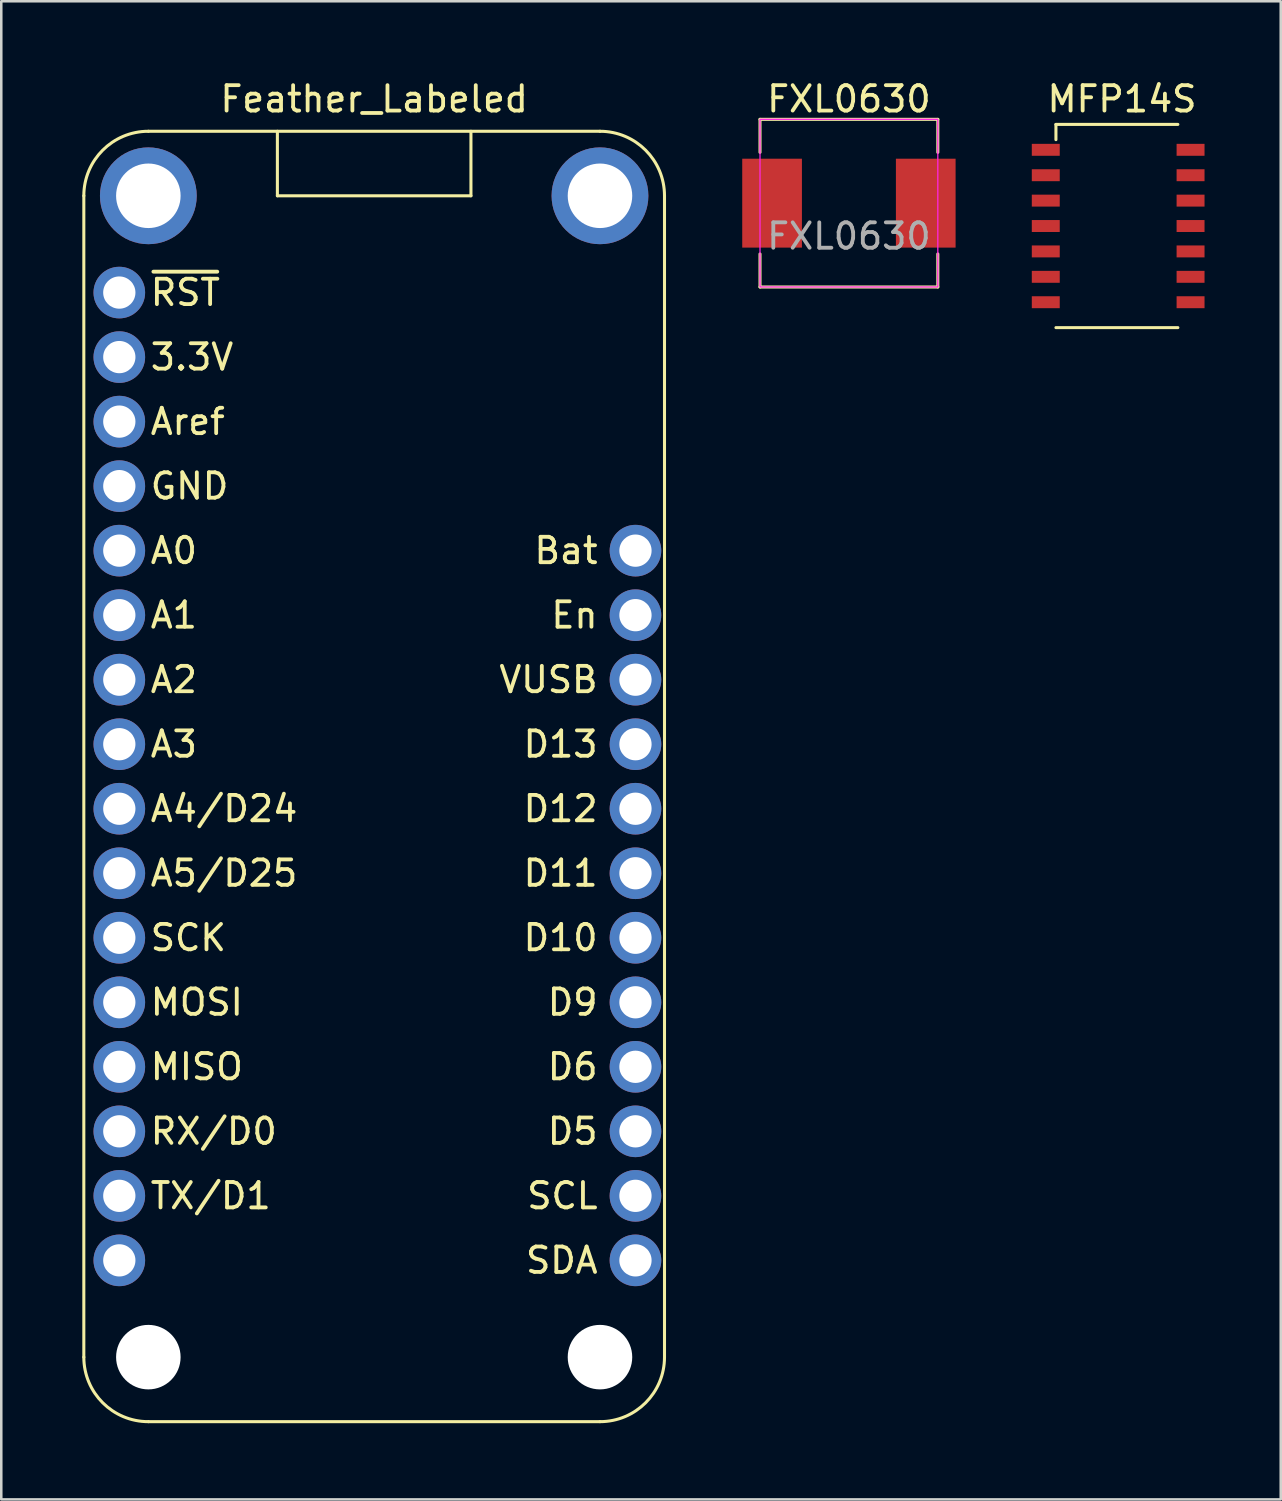
<source format=kicad_pcb>
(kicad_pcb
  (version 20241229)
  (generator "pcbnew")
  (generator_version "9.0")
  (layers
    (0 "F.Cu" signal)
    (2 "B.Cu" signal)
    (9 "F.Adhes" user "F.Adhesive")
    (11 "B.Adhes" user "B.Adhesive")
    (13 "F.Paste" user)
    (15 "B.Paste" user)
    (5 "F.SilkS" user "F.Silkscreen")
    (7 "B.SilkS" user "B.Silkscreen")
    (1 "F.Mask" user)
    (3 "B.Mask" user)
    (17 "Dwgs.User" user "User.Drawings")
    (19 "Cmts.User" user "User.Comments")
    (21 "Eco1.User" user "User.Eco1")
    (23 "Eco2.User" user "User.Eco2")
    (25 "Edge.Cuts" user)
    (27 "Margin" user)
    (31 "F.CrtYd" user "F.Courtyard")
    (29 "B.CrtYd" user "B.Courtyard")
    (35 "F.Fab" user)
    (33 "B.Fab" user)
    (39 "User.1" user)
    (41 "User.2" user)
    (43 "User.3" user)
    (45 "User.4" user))
  (footprint "MFP14S"
    (layer "F.Cu")
    (at 38.12 2.848)
    (property "Reference" "MFP14S" (at 3 -2 0) (layer "F.SilkS") (effects (font (size 1 1) (thickness 0.15))))
    (attr through_hole)
    (fp_line (start 0.4 -1) (end 0.4 -0.4) (stroke (width 0.12) (type solid)) (layer "F.SilkS"))
    (fp_line (start 0.4 -1) (end 5.2 -1) (stroke (width 0.12) (type solid)) (layer "F.SilkS"))
    (fp_line (start 0.4 7) (end 5.2 7) (stroke (width 0.12) (type solid)) (layer "F.SilkS"))
    (pad "1" smd rect (at 0 0 180) (size 1.1 0.47) (layers "F.Cu" "F.Mask" "F.Paste"))
    (pad "2" smd rect (at 0 1 180) (size 1.1 0.47) (layers "F.Cu" "F.Mask" "F.Paste"))
    (pad "3" smd rect (at 0 2 180) (size 1.1 0.47) (layers "F.Cu" "F.Mask" "F.Paste"))
    (pad "4" smd rect (at 0 3 180) (size 1.1 0.47) (layers "F.Cu" "F.Mask" "F.Paste"))
    (pad "5" smd rect (at 0 4 180) (size 1.1 0.47) (layers "F.Cu" "F.Mask" "F.Paste"))
    (pad "6" smd rect (at 0 5 180) (size 1.1 0.47) (layers "F.Cu" "F.Mask" "F.Paste"))
    (pad "7" smd rect (at 0 6 180) (size 1.1 0.47) (layers "F.Cu" "F.Mask" "F.Paste"))
    (pad "8" smd rect (at 5.7 6 180) (size 1.1 0.47) (layers "F.Cu" "F.Mask" "F.Paste"))
    (pad "9" smd rect (at 5.7 5 180) (size 1.1 0.47) (layers "F.Cu" "F.Mask" "F.Paste"))
    (pad "10" smd rect (at 5.7 4 180) (size 1.1 0.47) (layers "F.Cu" "F.Mask" "F.Paste"))
    (pad "11" smd rect (at 5.7 3 180) (size 1.1 0.47) (layers "F.Cu" "F.Mask" "F.Paste"))
    (pad "12" smd rect (at 5.7 2 180) (size 1.1 0.47) (layers "F.Cu" "F.Mask" "F.Paste"))
    (pad "13" smd rect (at 5.7 1 180) (size 1.1 0.47) (layers "F.Cu" "F.Mask" "F.Paste"))
    (pad "14" smd rect (at 5.7 0 180) (size 1.1 0.47) (layers "F.Cu" "F.Mask" "F.Paste")))
  (footprint "FXL0630"
    (layer "F.Cu")
    (at 30.37 4.948)
    (property "Reference" "FXL0630" (at 0 -4.1 0) (unlocked yes) (layer "F.SilkS") (effects (font (size 1 1) (thickness 0.15))))
    (attr smd)
    (fp_line (start -3.5 -3.3) (end 3.5 -3.3) (stroke (width 0.12) (type default)) (layer "F.SilkS"))
    (fp_line (start -3.5 -2) (end -3.5 -3.3) (stroke (width 0.12) (type default)) (layer "F.SilkS"))
    (fp_line (start -3.5 2) (end -3.5 3.3) (stroke (width 0.12) (type default)) (layer "F.SilkS"))
    (fp_line (start -3.5 3.3) (end 3.5 3.3) (stroke (width 0.12) (type default)) (layer "F.SilkS"))
    (fp_line (start 3.5 -3.3) (end 3.5 -2) (stroke (width 0.12) (type default)) (layer "F.SilkS"))
    (fp_line (start 3.5 3.3) (end 3.5 2) (stroke (width 0.12) (type default)) (layer "F.SilkS"))
    (fp_rect (start -3.5 -3.3) (end 3.5 3.3) (stroke (width 0.05) (type default)) (fill no) (layer "F.CrtYd"))
    (fp_text user "${REFERENCE}" (at 0 1.3 0) (unlocked yes) (layer "F.Fab") (effects (font (size 1 1) (thickness 0.15))))
    (pad "1" smd rect (at -3.025 0) (size 2.35 3.5) (layers "F.Cu" "F.Mask" "F.Paste"))
    (pad "2" smd rect (at 3.025 0) (size 2.35 3.5) (layers "F.Cu" "F.Mask" "F.Paste")))
  (footprint "Feather_Labeled"
    (layer "F.Cu")
    (at 0.25 2.118)
    (property "Reference" "Feather_Labeled" (at 11.43 -1.27 0) (layer "F.SilkS") (effects (font (size 1 1) (thickness 0.15))))
    (attr through_hole)
    (fp_line (start 0 2.54) (end 0 48.26) (stroke (width 0.12) (type solid)) (layer "F.SilkS"))
    (fp_line (start 2.54 50.8) (end 20.32 50.8) (stroke (width 0.12) (type solid)) (layer "F.SilkS"))
    (fp_line (start 7.62 0) (end 7.62 2.54) (stroke (width 0.12) (type solid)) (layer "F.SilkS"))
    (fp_line (start 7.62 2.54) (end 15.24 2.54) (stroke (width 0.12) (type solid)) (layer "F.SilkS"))
    (fp_line (start 15.24 2.54) (end 15.24 0) (stroke (width 0.12) (type solid)) (layer "F.SilkS"))
    (fp_line (start 20.32 0) (end 2.54 0) (stroke (width 0.12) (type solid)) (layer "F.SilkS"))
    (fp_line (start 22.86 48.26) (end 22.86 2.54) (stroke (width 0.12) (type solid)) (layer "F.SilkS"))
    (fp_arc (start 0 2.54) (mid 0.743949 0.743949) (end 2.54 0) (stroke (width 0.12) (type solid)) (layer "F.SilkS"))
    (fp_arc (start 2.54 50.8) (mid 0.743949 50.056051) (end 0 48.26) (stroke (width 0.12) (type solid)) (layer "F.SilkS"))
    (fp_arc (start 20.32 0) (mid 22.116051 0.743949) (end 22.86 2.54) (stroke (width 0.12) (type solid)) (layer "F.SilkS"))
    (fp_arc (start 22.86 48.26) (mid 22.116051 50.056051) (end 20.32 50.8) (stroke (width 0.12) (type solid)) (layer "F.SilkS"))
    (fp_text user "~{RST}" (at 2.54 6.35 0) (layer "F.SilkS") (effects (font (size 1 1) (thickness 0.15)) (justify left)))
    (fp_text user "SDA" (at 20.32 44.45 0) (layer "F.SilkS") (effects (font (size 1 1) (thickness 0.15)) (justify right)))
    (fp_text user "D13" (at 20.32 24.13 0) (layer "F.SilkS") (effects (font (size 1 1) (thickness 0.15)) (justify right)))
    (fp_text user "Aref" (at 2.54 11.43 0) (layer "F.SilkS") (effects (font (size 1 1) (thickness 0.15)) (justify left)))
    (fp_text user "TX/D1" (at 2.54 41.91 0) (layer "F.SilkS") (effects (font (size 1 1) (thickness 0.15)) (justify left)))
    (fp_text user "En" (at 20.32 19.05 0) (layer "F.SilkS") (effects (font (size 1 1) (thickness 0.15)) (justify right)))
    (fp_text user "A2" (at 2.54 21.59 0) (layer "F.SilkS") (effects (font (size 1 1) (thickness 0.15)) (justify left)))
    (fp_text user "SCK" (at 2.54 31.75 0) (layer "F.SilkS") (effects (font (size 1 1) (thickness 0.15)) (justify left)))
    (fp_text user "D9" (at 20.32 34.29 0) (layer "F.SilkS") (effects (font (size 1 1) (thickness 0.15)) (justify right)))
    (fp_text user "A3" (at 2.54 24.13 0) (layer "F.SilkS") (effects (font (size 1 1) (thickness 0.15)) (justify left)))
    (fp_text user "A5/D25" (at 2.54 29.21 0) (layer "F.SilkS") (effects (font (size 1 1) (thickness 0.15)) (justify left)))
    (fp_text user "GND" (at 2.54 13.97 0) (layer "F.SilkS") (effects (font (size 1 1) (thickness 0.15)) (justify left)))
    (fp_text user "D12" (at 20.32 26.67 0) (layer "F.SilkS") (effects (font (size 1 1) (thickness 0.15)) (justify right)))
    (fp_text user "A0" (at 2.54 16.51 0) (layer "F.SilkS") (effects (font (size 1 1) (thickness 0.15)) (justify left)))
    (fp_text user "3.3V" (at 2.54 8.89 0) (layer "F.SilkS") (effects (font (size 1 1) (thickness 0.15)) (justify left)))
    (fp_text user "MISO" (at 2.54 36.83 0) (layer "F.SilkS") (effects (font (size 1 1) (thickness 0.15)) (justify left)))
    (fp_text user "SCL" (at 20.32 41.91 0) (layer "F.SilkS") (effects (font (size 1 1) (thickness 0.15)) (justify right)))
    (fp_text user "D6" (at 20.32 36.83 0) (layer "F.SilkS") (effects (font (size 1 1) (thickness 0.15)) (justify right)))
    (fp_text user "A4/D24" (at 2.54 26.67 0) (layer "F.SilkS") (effects (font (size 1 1) (thickness 0.15)) (justify left)))
    (fp_text user "A1" (at 2.54 19.05 0) (layer "F.SilkS") (effects (font (size 1 1) (thickness 0.15)) (justify left)))
    (fp_text user "D5" (at 20.32 39.37 0) (layer "F.SilkS") (effects (font (size 1 1) (thickness 0.15)) (justify right)))
    (fp_text user "RX/D0" (at 2.54 39.37 0) (layer "F.SilkS") (effects (font (size 1 1) (thickness 0.15)) (justify left)))
    (fp_text user "D10" (at 20.32 31.75 0) (layer "F.SilkS") (effects (font (size 1 1) (thickness 0.15)) (justify right)))
    (fp_text user "VUSB" (at 20.32 21.59 0) (layer "F.SilkS") (effects (font (size 1 1) (thickness 0.15)) (justify right)))
    (fp_text user "D11" (at 20.32 29.21 0) (layer "F.SilkS") (effects (font (size 1 1) (thickness 0.15)) (justify right)))
    (fp_text user "MOSI" (at 2.54 34.29 0) (layer "F.SilkS") (effects (font (size 1 1) (thickness 0.15)) (justify left)))
    (fp_text user "Bat" (at 20.32 16.51 0) (layer "F.SilkS") (effects (font (size 1 1) (thickness 0.15)) (justify right)))
    (pad "" thru_hole circle (at 2.54 2.54) (size 3.81 3.81) (drill 2.54) (layers "*.Cu" "*.Mask"))
    (pad "" np_thru_hole circle (at 2.54 48.26) (size 2.54 2.54) (drill 2.54) (layers "*.Cu" "*.Mask"))
    (pad "" thru_hole circle (at 20.32 2.54) (size 3.81 3.81) (drill 2.54) (layers "*.Cu" "*.Mask"))
    (pad "" np_thru_hole circle (at 20.32 48.26) (size 2.54 2.54) (drill 2.54) (layers "*.Cu" "*.Mask"))
    (pad "1" thru_hole circle (at 1.397 6.35) (size 2.032 2.032) (drill 1.27) (layers "*.Cu" "*.Mask"))
    (pad "2" thru_hole circle (at 1.397 8.89) (size 2.032 2.032) (drill 1.27) (layers "*.Cu" "*.Mask"))
    (pad "3" thru_hole circle (at 1.397 11.43) (size 2.032 2.032) (drill 1.27) (layers "*.Cu" "*.Mask"))
    (pad "4" thru_hole circle (at 1.397 13.97) (size 2.032 2.032) (drill 1.27) (layers "*.Cu" "*.Mask"))
    (pad "5" thru_hole circle (at 1.397 16.51) (size 2.032 2.032) (drill 1.27) (layers "*.Cu" "*.Mask"))
    (pad "6" thru_hole circle (at 1.397 19.05) (size 2.032 2.032) (drill 1.27) (layers "*.Cu" "*.Mask"))
    (pad "7" thru_hole circle (at 1.397 21.59) (size 2.032 2.032) (drill 1.27) (layers "*.Cu" "*.Mask"))
    (pad "8" thru_hole circle (at 1.397 24.13) (size 2.032 2.032) (drill 1.27) (layers "*.Cu" "*.Mask"))
    (pad "9" thru_hole circle (at 1.397 26.67) (size 2.032 2.032) (drill 1.27) (layers "*.Cu" "*.Mask"))
    (pad "10" thru_hole circle (at 1.397 29.21) (size 2.032 2.032) (drill 1.27) (layers "*.Cu" "*.Mask"))
    (pad "11" thru_hole circle (at 1.397 31.75) (size 2.032 2.032) (drill 1.27) (layers "*.Cu" "*.Mask"))
    (pad "12" thru_hole circle (at 1.397 34.29) (size 2.032 2.032) (drill 1.27) (layers "*.Cu" "*.Mask"))
    (pad "13" thru_hole circle (at 1.397 36.83) (size 2.032 2.032) (drill 1.27) (layers "*.Cu" "*.Mask"))
    (pad "14" thru_hole circle (at 1.397 39.37) (size 2.032 2.032) (drill 1.27) (layers "*.Cu" "*.Mask"))
    (pad "15" thru_hole circle (at 1.397 41.91) (size 2.032 2.032) (drill 1.27) (layers "*.Cu" "*.Mask"))
    (pad "16" thru_hole circle (at 1.397 44.45) (size 2.032 2.032) (drill 1.27) (layers "*.Cu" "*.Mask"))
    (pad "17" thru_hole circle (at 21.717 44.45) (size 2.032 2.032) (drill 1.27) (layers "*.Cu" "*.Mask"))
    (pad "18" thru_hole circle (at 21.717 41.91) (size 2.032 2.032) (drill 1.27) (layers "*.Cu" "*.Mask"))
    (pad "19" thru_hole circle (at 21.717 39.37) (size 2.032 2.032) (drill 1.27) (layers "*.Cu" "*.Mask"))
    (pad "20" thru_hole circle (at 21.717 36.83) (size 2.032 2.032) (drill 1.27) (layers "*.Cu" "*.Mask"))
    (pad "21" thru_hole circle (at 21.717 34.29) (size 2.032 2.032) (drill 1.27) (layers "*.Cu" "*.Mask"))
    (pad "22" thru_hole circle (at 21.717 31.75) (size 2.032 2.032) (drill 1.27) (layers "*.Cu" "*.Mask"))
    (pad "23" thru_hole circle (at 21.717 29.21) (size 2.032 2.032) (drill 1.27) (layers "*.Cu" "*.Mask"))
    (pad "24" thru_hole circle (at 21.717 26.67) (size 2.032 2.032) (drill 1.27) (layers "*.Cu" "*.Mask"))
    (pad "25" thru_hole circle (at 21.717 24.13) (size 2.032 2.032) (drill 1.27) (layers "*.Cu" "*.Mask"))
    (pad "26" thru_hole circle (at 21.717 21.59) (size 2.032 2.032) (drill 1.27) (layers "*.Cu" "*.Mask"))
    (pad "27" thru_hole circle (at 21.717 19.05) (size 2.032 2.032) (drill 1.27) (layers "*.Cu" "*.Mask"))
    (pad "28" thru_hole circle (at 21.717 16.51) (size 2.032 2.032) (drill 1.27) (layers "*.Cu" "*.Mask")))
  (gr_rect
    (start -3 -3)
    (end 47.37 55.978)
    (stroke (width 0.1) (type default))
    (fill no)
    (layer "Edge.Cuts")))
</source>
